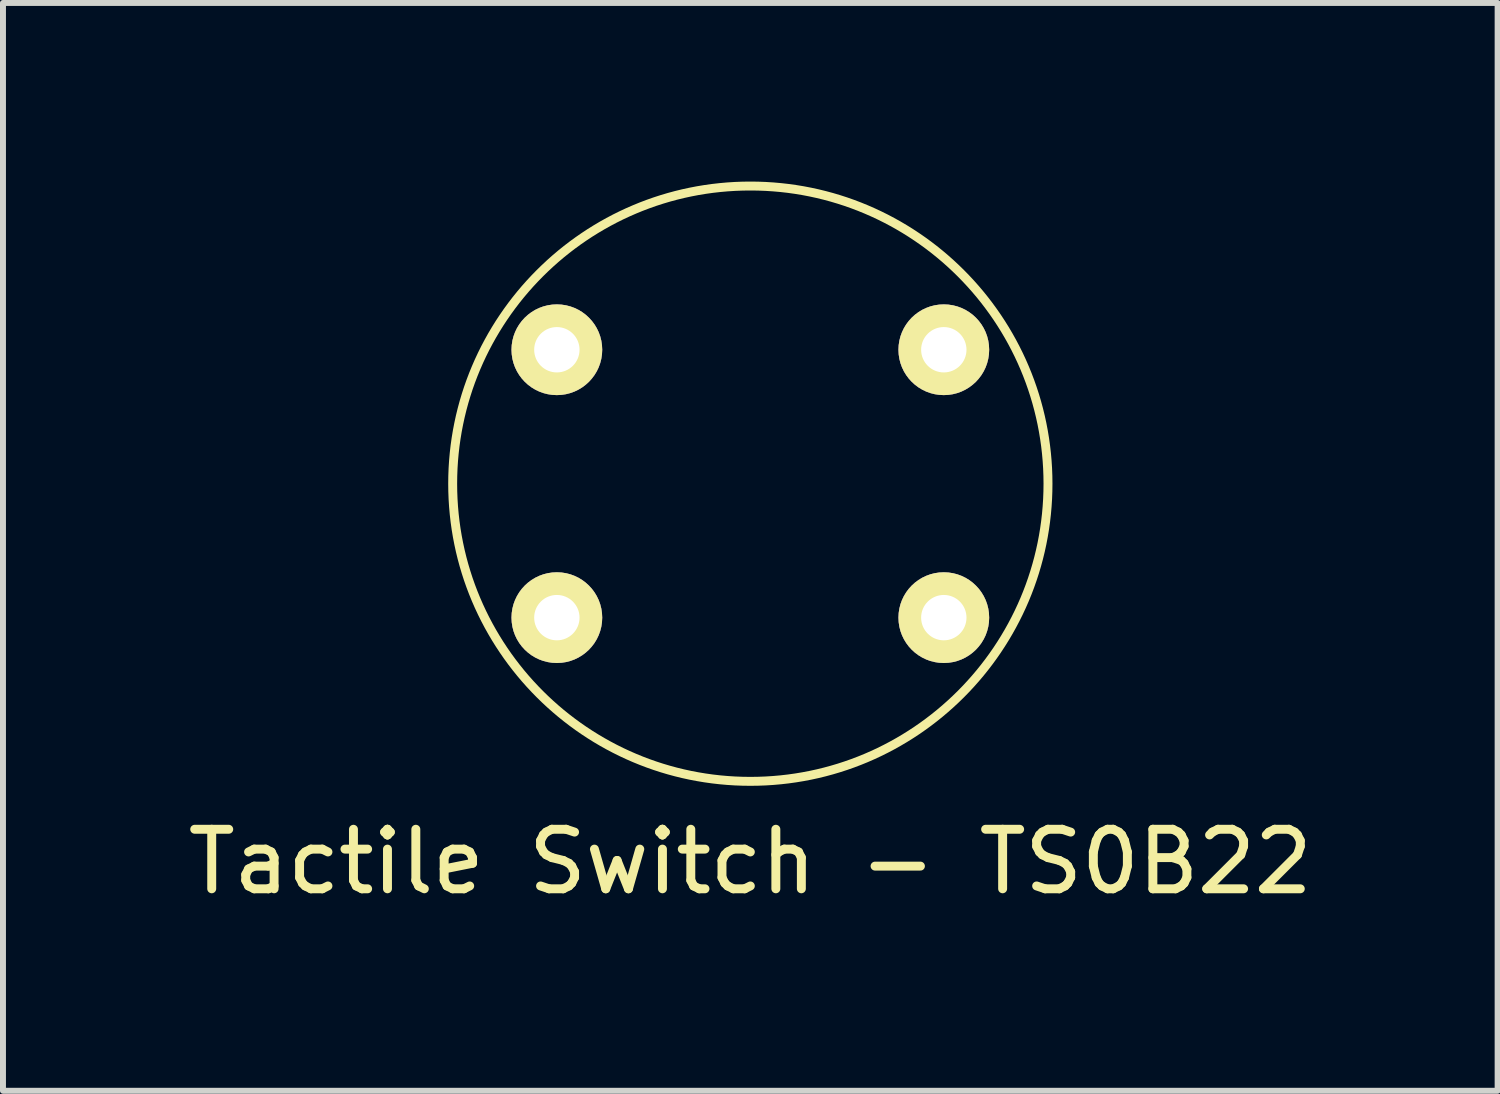
<source format=kicad_pcb>
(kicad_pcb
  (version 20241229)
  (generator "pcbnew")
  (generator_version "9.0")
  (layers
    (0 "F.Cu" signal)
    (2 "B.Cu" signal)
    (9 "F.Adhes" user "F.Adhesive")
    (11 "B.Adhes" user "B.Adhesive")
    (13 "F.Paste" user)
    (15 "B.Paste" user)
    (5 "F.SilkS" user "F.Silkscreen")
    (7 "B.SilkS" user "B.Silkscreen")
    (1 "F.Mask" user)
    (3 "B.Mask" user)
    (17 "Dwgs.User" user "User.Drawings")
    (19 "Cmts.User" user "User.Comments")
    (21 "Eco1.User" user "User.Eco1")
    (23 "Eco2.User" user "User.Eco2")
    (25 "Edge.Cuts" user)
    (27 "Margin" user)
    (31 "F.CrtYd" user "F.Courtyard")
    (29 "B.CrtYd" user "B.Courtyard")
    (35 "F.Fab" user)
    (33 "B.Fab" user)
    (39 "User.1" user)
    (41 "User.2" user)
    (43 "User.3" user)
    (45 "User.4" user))
  (footprint "Tactile Switch - TS0B22"
    (layer "F.Cu")
    (at 9.554 5.075)
    (property "Reference" "Tactile Switch - TS0B22" (at 0 6.35 0) (layer "F.SilkS") (effects (font (size 1 1) (thickness 0.15))))
    (attr through_hole)
    (fp_circle (center 0 0) (end 5 0) (stroke (width 0.15) (type solid)) (fill no) (layer "F.SilkS"))
    (pad "1" thru_hole circle (at -3.25 -2.25) (size 1.524 1.524) (drill 0.762) (layers "*.Cu" "*.Mask" "F.SilkS"))
    (pad "2" thru_hole circle (at 3.25 -2.25) (size 1.524 1.524) (drill 0.762) (layers "*.Cu" "*.Mask" "F.SilkS"))
    (pad "3" thru_hole circle (at 3.25 2.25) (size 1.524 1.524) (drill 0.762) (layers "*.Cu" "*.Mask" "F.SilkS"))
    (pad "4" thru_hole circle (at -3.25 2.25) (size 1.524 1.524) (drill 0.762) (layers "*.Cu" "*.Mask" "F.SilkS")))
  (gr_rect
    (start -3 -3)
    (end 22.107 15.273)
    (stroke (width 0.1) (type default))
    (fill no)
    (layer "Edge.Cuts")))
</source>
